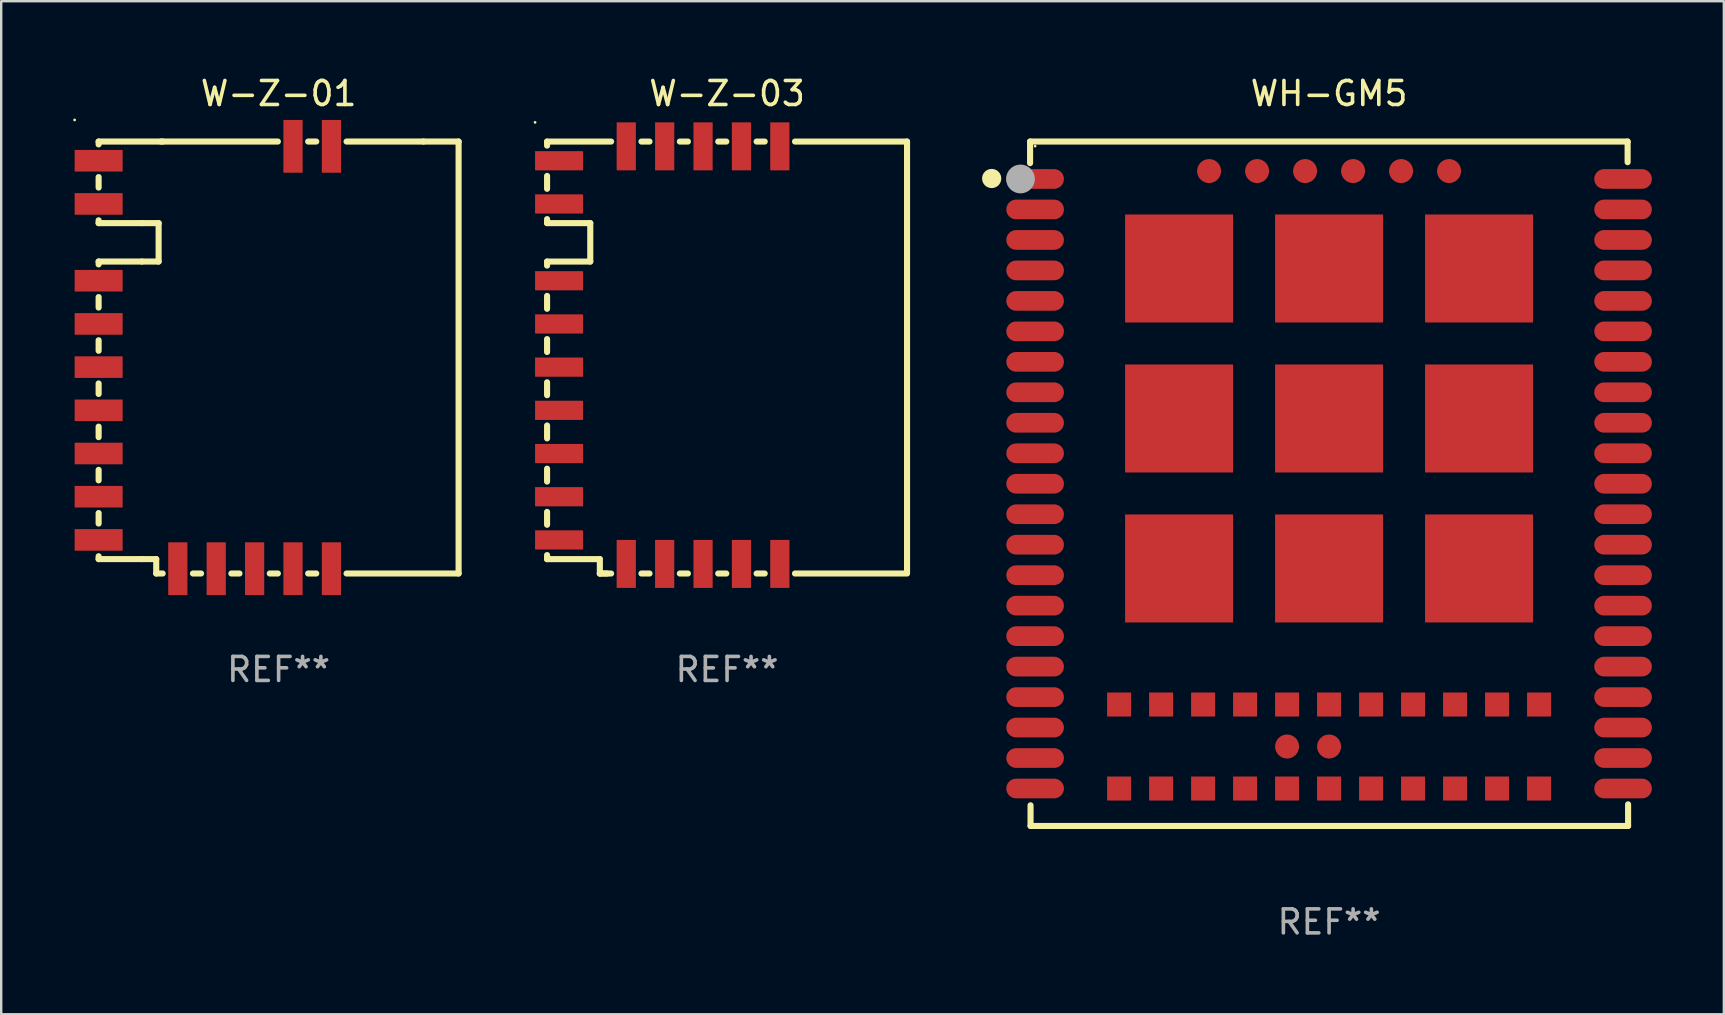
<source format=kicad_pcb>
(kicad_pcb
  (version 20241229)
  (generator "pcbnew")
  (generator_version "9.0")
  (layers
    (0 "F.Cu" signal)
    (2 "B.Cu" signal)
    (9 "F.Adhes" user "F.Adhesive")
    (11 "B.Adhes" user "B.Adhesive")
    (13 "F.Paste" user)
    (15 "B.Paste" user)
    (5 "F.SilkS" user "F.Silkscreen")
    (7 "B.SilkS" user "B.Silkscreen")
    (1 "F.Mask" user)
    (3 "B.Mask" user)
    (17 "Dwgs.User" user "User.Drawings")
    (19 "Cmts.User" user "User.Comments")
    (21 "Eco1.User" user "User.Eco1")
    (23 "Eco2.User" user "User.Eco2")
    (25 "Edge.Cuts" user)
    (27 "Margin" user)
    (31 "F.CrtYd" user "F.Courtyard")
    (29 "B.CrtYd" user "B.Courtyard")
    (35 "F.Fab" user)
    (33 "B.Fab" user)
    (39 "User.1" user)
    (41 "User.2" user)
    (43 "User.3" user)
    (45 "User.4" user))
  (footprint "WH-GM5"
    (layer "F.Cu")
    (at 52.334 17.108)
    (property "Reference" "WH-GM5" (at 0 -16.26 0) (layer "F.SilkS") (effects (font (size 1 1) (thickness 0.15))))
    (attr through_hole)
    (fp_line (start -12.46 -14.26) (end 12.44 -14.26) (stroke (width 0.254) (type solid)) (layer "F.SilkS"))
    (fp_line (start -12.46 -13.36) (end -12.46 -14.26) (stroke (width 0.254) (type solid)) (layer "F.SilkS"))
    (fp_line (start -12.44 14.26) (end -12.44 13.4) (stroke (width 0.254) (type solid)) (layer "F.SilkS"))
    (fp_line (start 12.44 -14.26) (end 12.44 -13.4) (stroke (width 0.254) (type solid)) (layer "F.SilkS"))
    (fp_line (start 12.46 13.36) (end 12.46 14.26) (stroke (width 0.254) (type solid)) (layer "F.SilkS"))
    (fp_line (start 12.46 14.26) (end -12.44 14.26) (stroke (width 0.254) (type solid)) (layer "F.SilkS"))
    (fp_circle (center -14.06 -12.72) (end -13.86 -12.72) (stroke (width 0.4) (type solid)) (fill no) (layer "F.SilkS"))
    (fp_circle (center -12.25 -14.07) (end -12.22 -14.07) (stroke (width 0.06) (type solid)) (fill no) (layer "F.SilkS"))
    (fp_circle (center -12.86 -12.7) (end -12.56 -12.7) (stroke (width 0.6) (type solid)) (fill no) (layer "F.Fab"))
    (fp_text user "REF**" (at 0 18.26 0) (layer "F.Fab") (effects (font (size 1 1) (thickness 0.15))))
    (pad "1" smd oval (at -12.25 -12.7) (size 2.4 0.82) (layers "F.Cu" "F.Mask" "F.Paste"))
    (pad "2" smd oval (at -12.25 -11.43) (size 2.4 0.82) (layers "F.Cu" "F.Mask" "F.Paste"))
    (pad "3" smd oval (at -12.25 -10.16) (size 2.4 0.82) (layers "F.Cu" "F.Mask" "F.Paste"))
    (pad "4" smd oval (at -12.25 -8.89) (size 2.4 0.82) (layers "F.Cu" "F.Mask" "F.Paste"))
    (pad "5" smd oval (at -12.25 -7.62) (size 2.4 0.82) (layers "F.Cu" "F.Mask" "F.Paste"))
    (pad "6" smd oval (at -12.25 -6.35) (size 2.4 0.82) (layers "F.Cu" "F.Mask" "F.Paste"))
    (pad "7" smd oval (at -12.25 -5.08) (size 2.4 0.82) (layers "F.Cu" "F.Mask" "F.Paste"))
    (pad "8" smd oval (at -12.25 -3.81) (size 2.4 0.82) (layers "F.Cu" "F.Mask" "F.Paste"))
    (pad "9" smd oval (at -12.25 -2.54) (size 2.4 0.82) (layers "F.Cu" "F.Mask" "F.Paste"))
    (pad "10" smd oval (at -12.25 -1.27) (size 2.4 0.82) (layers "F.Cu" "F.Mask" "F.Paste"))
    (pad "11" smd oval (at -12.25 0) (size 2.4 0.82) (layers "F.Cu" "F.Mask" "F.Paste"))
    (pad "12" smd oval (at -12.25 1.27) (size 2.4 0.82) (layers "F.Cu" "F.Mask" "F.Paste"))
    (pad "13" smd oval (at -12.25 2.54) (size 2.4 0.82) (layers "F.Cu" "F.Mask" "F.Paste"))
    (pad "14" smd oval (at -12.25 3.81) (size 2.4 0.82) (layers "F.Cu" "F.Mask" "F.Paste"))
    (pad "15" smd oval (at -12.25 5.08) (size 2.4 0.82) (layers "F.Cu" "F.Mask" "F.Paste"))
    (pad "16" smd oval (at -12.25 6.35) (size 2.4 0.82) (layers "F.Cu" "F.Mask" "F.Paste"))
    (pad "17" smd oval (at -12.25 7.62) (size 2.4 0.82) (layers "F.Cu" "F.Mask" "F.Paste"))
    (pad "18" smd oval (at -12.25 8.89) (size 2.4 0.82) (layers "F.Cu" "F.Mask" "F.Paste"))
    (pad "19" smd oval (at -12.25 10.16) (size 2.4 0.82) (layers "F.Cu" "F.Mask" "F.Paste"))
    (pad "20" smd oval (at -12.25 11.43) (size 2.4 0.82) (layers "F.Cu" "F.Mask" "F.Paste"))
    (pad "21" smd oval (at -12.25 12.7) (size 2.4 0.82) (layers "F.Cu" "F.Mask" "F.Paste"))
    (pad "22" smd oval (at 12.25 12.7) (size 2.4 0.82) (layers "F.Cu" "F.Mask" "F.Paste"))
    (pad "23" smd oval (at 12.25 11.43) (size 2.4 0.82) (layers "F.Cu" "F.Mask" "F.Paste"))
    (pad "24" smd oval (at 12.25 10.16) (size 2.4 0.82) (layers "F.Cu" "F.Mask" "F.Paste"))
    (pad "25" smd oval (at 12.25 8.89) (size 2.4 0.82) (layers "F.Cu" "F.Mask" "F.Paste"))
    (pad "26" smd oval (at 12.25 7.62) (size 2.4 0.82) (layers "F.Cu" "F.Mask" "F.Paste"))
    (pad "27" smd oval (at 12.25 6.35) (size 2.4 0.82) (layers "F.Cu" "F.Mask" "F.Paste"))
    (pad "28" smd oval (at 12.25 5.08) (size 2.4 0.82) (layers "F.Cu" "F.Mask" "F.Paste"))
    (pad "29" smd oval (at 12.25 3.81) (size 2.4 0.82) (layers "F.Cu" "F.Mask" "F.Paste"))
    (pad "30" smd oval (at 12.25 2.54) (size 2.4 0.82) (layers "F.Cu" "F.Mask" "F.Paste"))
    (pad "31" smd oval (at 12.25 1.27) (size 2.4 0.82) (layers "F.Cu" "F.Mask" "F.Paste"))
    (pad "32" smd oval (at 12.25 0) (size 2.4 0.82) (layers "F.Cu" "F.Mask" "F.Paste"))
    (pad "33" smd oval (at 12.25 -1.27) (size 2.4 0.82) (layers "F.Cu" "F.Mask" "F.Paste"))
    (pad "34" smd oval (at 12.25 -2.54) (size 2.4 0.82) (layers "F.Cu" "F.Mask" "F.Paste"))
    (pad "35" smd oval (at 12.25 -3.81) (size 2.4 0.82) (layers "F.Cu" "F.Mask" "F.Paste"))
    (pad "36" smd oval (at 12.25 -5.08) (size 2.4 0.82) (layers "F.Cu" "F.Mask" "F.Paste"))
    (pad "37" smd oval (at 12.25 -6.35) (size 2.4 0.82) (layers "F.Cu" "F.Mask" "F.Paste"))
    (pad "38" smd oval (at 12.25 -7.62) (size 2.4 0.82) (layers "F.Cu" "F.Mask" "F.Paste"))
    (pad "39" smd oval (at 12.25 -8.89) (size 2.4 0.82) (layers "F.Cu" "F.Mask" "F.Paste"))
    (pad "40" smd oval (at 12.25 -10.16) (size 2.4 0.82) (layers "F.Cu" "F.Mask" "F.Paste"))
    (pad "41" smd oval (at 12.25 -11.43) (size 2.4 0.82) (layers "F.Cu" "F.Mask" "F.Paste"))
    (pad "42" smd oval (at 12.25 -12.7) (size 2.4 0.82) (layers "F.Cu" "F.Mask" "F.Paste"))
    (pad "43" smd rect (at -8.75 12.7) (size 1 1) (layers "F.Cu" "F.Mask" "F.Paste"))
    (pad "44" smd rect (at -7 12.7) (size 1 1) (layers "F.Cu" "F.Mask" "F.Paste"))
    (pad "45" smd rect (at -5.25 12.7) (size 1 1) (layers "F.Cu" "F.Mask" "F.Paste"))
    (pad "46" smd rect (at -3.5 12.7) (size 1 1) (layers "F.Cu" "F.Mask" "F.Paste"))
    (pad "47" smd rect (at -1.75 12.7) (size 1 1) (layers "F.Cu" "F.Mask" "F.Paste"))
    (pad "48" smd rect (at 0 12.7) (size 1 1) (layers "F.Cu" "F.Mask" "F.Paste"))
    (pad "49" smd rect (at 1.75 12.7) (size 1 1) (layers "F.Cu" "F.Mask" "F.Paste"))
    (pad "50" smd rect (at 3.5 12.7) (size 1 1) (layers "F.Cu" "F.Mask" "F.Paste"))
    (pad "51" smd rect (at 5.25 12.7) (size 1 1) (layers "F.Cu" "F.Mask" "F.Paste"))
    (pad "52" smd rect (at 7 12.7) (size 1 1) (layers "F.Cu" "F.Mask" "F.Paste"))
    (pad "53" smd rect (at 8.75 12.7) (size 1 1) (layers "F.Cu" "F.Mask" "F.Paste"))
    (pad "54" smd rect (at -8.75 9.2) (size 1 1) (layers "F.Cu" "F.Mask" "F.Paste"))
    (pad "55" smd rect (at -6.25 -8.97) (size 4.5 4.5) (layers "F.Cu" "F.Mask" "F.Paste"))
    (pad "56" smd rect (at 0 -8.97) (size 4.5 4.5) (layers "F.Cu" "F.Mask" "F.Paste"))
    (pad "57" smd rect (at 6.25 -8.97) (size 4.5 4.5) (layers "F.Cu" "F.Mask" "F.Paste"))
    (pad "58" smd rect (at 6.25 -2.72) (size 4.5 4.5) (layers "F.Cu" "F.Mask" "F.Paste"))
    (pad "59" smd rect (at 0 -2.72) (size 4.5 4.5) (layers "F.Cu" "F.Mask" "F.Paste"))
    (pad "60" smd rect (at -6.25 -2.72) (size 4.5 4.5) (layers "F.Cu" "F.Mask" "F.Paste"))
    (pad "61" smd rect (at -6.25 3.53) (size 4.5 4.5) (layers "F.Cu" "F.Mask" "F.Paste"))
    (pad "62" smd rect (at 0 3.53) (size 4.5 4.5) (layers "F.Cu" "F.Mask" "F.Paste"))
    (pad "63" smd rect (at 6.25 3.53) (size 4.5 4.5) (layers "F.Cu" "F.Mask" "F.Paste"))
    (pad "64" smd circle (at -1.75 10.95) (size 1 1) (layers "F.Cu" "F.Mask" "F.Paste"))
    (pad "65" smd circle (at 0 10.95) (size 1 1) (layers "F.Cu" "F.Mask" "F.Paste"))
    (pad "66" smd rect (at -7 9.2) (size 1 1) (layers "F.Cu" "F.Mask" "F.Paste"))
    (pad "67" smd rect (at -5.25 9.2) (size 1 1) (layers "F.Cu" "F.Mask" "F.Paste"))
    (pad "68" smd rect (at -3.5 9.2) (size 1 1) (layers "F.Cu" "F.Mask" "F.Paste"))
    (pad "69" smd rect (at -1.75 9.2) (size 1 1) (layers "F.Cu" "F.Mask" "F.Paste"))
    (pad "70" smd rect (at 0 9.2) (size 1 1) (layers "F.Cu" "F.Mask" "F.Paste"))
    (pad "71" smd rect (at 1.75 9.2) (size 1 1) (layers "F.Cu" "F.Mask" "F.Paste"))
    (pad "72" smd rect (at 3.5 9.2) (size 1 1) (layers "F.Cu" "F.Mask" "F.Paste"))
    (pad "73" smd rect (at 5.25 9.2) (size 1 1) (layers "F.Cu" "F.Mask" "F.Paste"))
    (pad "74" smd rect (at 7 9.2) (size 1 1) (layers "F.Cu" "F.Mask" "F.Paste"))
    (pad "75" smd rect (at 8.75 9.2) (size 1 1) (layers "F.Cu" "F.Mask" "F.Paste"))
    (pad "76" smd circle (at -5 -13.03) (size 1 1) (layers "F.Cu" "F.Mask" "F.Paste"))
    (pad "77" smd circle (at -3 -13.03) (size 1 1) (layers "F.Cu" "F.Mask" "F.Paste"))
    (pad "78" smd circle (at -1 -13.03) (size 1 1) (layers "F.Cu" "F.Mask" "F.Paste"))
    (pad "79" smd circle (at 1 -13.03) (size 1 1) (layers "F.Cu" "F.Mask" "F.Paste"))
    (pad "80" smd circle (at 3 -13.03) (size 1 1) (layers "F.Cu" "F.Mask" "F.Paste"))
    (pad "81" smd circle (at 5 -13.03) (size 1 1) (layers "F.Cu" "F.Mask" "F.Paste")))
  (footprint "W-Z-03"
    (layer "F.Cu")
    (at 27.247 11.849)
    (property "Reference" "W-Z-03" (at 0 -11 0) (layer "F.SilkS") (effects (font (size 1 1) (thickness 0.15))))
    (attr through_hole)
    (fp_line (start -7.5 -8.831) (end -7.5 -9) (stroke (width 0.254) (type solid)) (layer "F.SilkS"))
    (fp_line (start -7.5 -7.031) (end -7.5 -7.569) (stroke (width 0.254) (type solid)) (layer "F.SilkS"))
    (fp_line (start -7.5 -5.601) (end -7.5 -5.769) (stroke (width 0.254) (type solid)) (layer "F.SilkS"))
    (fp_line (start -7.5 -5.601) (end -5.7 -5.601) (stroke (width 0.254) (type solid)) (layer "F.SilkS"))
    (fp_line (start -7.5 -2.031) (end -7.5 -2.569) (stroke (width 0.254) (type solid)) (layer "F.SilkS"))
    (fp_line (start -7.5 -0.231) (end -7.5 -0.769) (stroke (width 0.254) (type solid)) (layer "F.SilkS"))
    (fp_line (start -7.5 1.569) (end -7.5 1.031) (stroke (width 0.254) (type solid)) (layer "F.SilkS"))
    (fp_line (start -7.5 3.369) (end -7.5 2.831) (stroke (width 0.254) (type solid)) (layer "F.SilkS"))
    (fp_line (start -7.5 5.169) (end -7.5 4.631) (stroke (width 0.254) (type solid)) (layer "F.SilkS"))
    (fp_line (start -7.5 6.969) (end -7.5 6.431) (stroke (width 0.254) (type solid)) (layer "F.SilkS"))
    (fp_line (start -7.5 8.401) (end -7.5 8.231) (stroke (width 0.254) (type solid)) (layer "F.SilkS"))
    (fp_line (start -7.5 8.401) (end -5.301 8.401) (stroke (width 0.254) (type solid)) (layer "F.SilkS"))
    (fp_line (start -7.5 -4) (end -7.5 -3.831) (stroke (width 0.254) (type solid)) (layer "F.SilkS"))
    (fp_line (start -7.5 -9) (end -4.831 -9) (stroke (width 0.254) (type solid)) (layer "F.SilkS"))
    (fp_line (start -5.7 -5.601) (end -5.7 -4) (stroke (width 0.254) (type solid)) (layer "F.SilkS"))
    (fp_line (start -5.7 -4) (end -7.5 -4) (stroke (width 0.254) (type solid)) (layer "F.SilkS"))
    (fp_line (start -5.301 8.401) (end -5.301 9) (stroke (width 0.254) (type solid)) (layer "F.SilkS"))
    (fp_line (start -5.301 9) (end -4.999 9) (stroke (width 0.254) (type solid)) (layer "F.SilkS"))
    (fp_line (start -4.831 9) (end -5.301 9) (stroke (width 0.254) (type solid)) (layer "F.SilkS"))
    (fp_line (start -3.568 -9) (end -3.231 -9) (stroke (width 0.254) (type solid)) (layer "F.SilkS"))
    (fp_line (start -3.231 9) (end -3.568 9) (stroke (width 0.254) (type solid)) (layer "F.SilkS"))
    (fp_line (start -1.968 -9) (end -1.631 -9) (stroke (width 0.254) (type solid)) (layer "F.SilkS"))
    (fp_line (start -1.631 9) (end -1.969 9) (stroke (width 0.254) (type solid)) (layer "F.SilkS"))
    (fp_line (start -0.368 -9) (end -0.031 -9) (stroke (width 0.254) (type solid)) (layer "F.SilkS"))
    (fp_line (start -0.031 9) (end -0.369 9) (stroke (width 0.254) (type solid)) (layer "F.SilkS"))
    (fp_line (start 1.232 -9) (end 1.569 -9) (stroke (width 0.254) (type solid)) (layer "F.SilkS"))
    (fp_line (start 1.569 9) (end 1.231 9) (stroke (width 0.254) (type solid)) (layer "F.SilkS"))
    (fp_line (start 2.832 -9) (end 7.5 -9) (stroke (width 0.254) (type solid)) (layer "F.SilkS"))
    (fp_line (start 7.403 9) (end 2.831 9) (stroke (width 0.254) (type solid)) (layer "F.SilkS"))
    (fp_line (start 7.5 -9) (end 7.5 9) (stroke (width 0.254) (type solid)) (layer "F.SilkS"))
    (fp_circle (center -8 -9.8) (end -7.97 -9.8) (stroke (width 0.06) (type solid)) (fill no) (layer "F.SilkS"))
    (fp_text user "REF**" (at 0 13 0) (layer "F.Fab") (effects (font (size 1 1) (thickness 0.15))))
    (pad "1" smd rect (at -7 -8.2) (size 2 0.8) (layers "F.Cu" "F.Mask" "F.Paste"))
    (pad "2" smd rect (at -7 -6.4) (size 2 0.8) (layers "F.Cu" "F.Mask" "F.Paste"))
    (pad "3" smd rect (at -7 -3.2) (size 2 0.8) (layers "F.Cu" "F.Mask" "F.Paste"))
    (pad "4" smd rect (at -7 -1.4) (size 2 0.8) (layers "F.Cu" "F.Mask" "F.Paste"))
    (pad "5" smd rect (at -7 0.4) (size 2 0.8) (layers "F.Cu" "F.Mask" "F.Paste"))
    (pad "6" smd rect (at -7 2.2) (size 2 0.8) (layers "F.Cu" "F.Mask" "F.Paste"))
    (pad "7" smd rect (at -7 4) (size 2 0.8) (layers "F.Cu" "F.Mask" "F.Paste"))
    (pad "8" smd rect (at -7 5.8) (size 2 0.8) (layers "F.Cu" "F.Mask" "F.Paste"))
    (pad "9" smd rect (at -7 7.6) (size 2 0.8) (layers "F.Cu" "F.Mask" "F.Paste"))
    (pad "10" smd rect (at -4.2 8.6 90) (size 2 0.8) (layers "F.Cu" "F.Mask" "F.Paste"))
    (pad "11" smd rect (at -2.6 8.6 90) (size 2 0.8) (layers "F.Cu" "F.Mask" "F.Paste"))
    (pad "12" smd rect (at -1 8.6 90) (size 2 0.8) (layers "F.Cu" "F.Mask" "F.Paste"))
    (pad "13" smd rect (at 0.6 8.6 90) (size 2 0.8) (layers "F.Cu" "F.Mask" "F.Paste"))
    (pad "14" smd rect (at 2.2 8.6 90) (size 2 0.8) (layers "F.Cu" "F.Mask" "F.Paste"))
    (pad "15" smd rect (at 2.2 -8.8 90) (size 2 0.8) (layers "F.Cu" "F.Mask" "F.Paste"))
    (pad "16" smd rect (at 0.6 -8.8 90) (size 2 0.8) (layers "F.Cu" "F.Mask" "F.Paste"))
    (pad "17" smd rect (at -1 -8.8 90) (size 2 0.8) (layers "F.Cu" "F.Mask" "F.Paste"))
    (pad "18" smd rect (at -2.599 -8.8 90) (size 2 0.8) (layers "F.Cu" "F.Mask" "F.Paste"))
    (pad "19" smd rect (at -4.2 -8.8 90) (size 2 0.8) (layers "F.Cu" "F.Mask" "F.Paste")))
  (footprint "W-Z-01"
    (layer "F.Cu")
    (at 8.56 11.848)
    (property "Reference" "W-Z-01" (at 0 -11 0) (layer "F.SilkS") (effects (font (size 1 1) (thickness 0.15))))
    (attr through_hole)
    (fp_line (start -7.5 -9) (end -7.5 -8.881) (stroke (width 0.254) (type solid)) (layer "F.SilkS"))
    (fp_line (start -7.5 -7.519) (end -7.5 -7.081) (stroke (width 0.254) (type solid)) (layer "F.SilkS"))
    (fp_line (start -7.5 -5.719) (end -7.5 -5.6) (stroke (width 0.254) (type solid)) (layer "F.SilkS"))
    (fp_line (start -7.5 -5.6) (end -5.7 -5.6) (stroke (width 0.254) (type solid)) (layer "F.SilkS"))
    (fp_line (start -7.5 -4) (end -7.5 -3.881) (stroke (width 0.254) (type solid)) (layer "F.SilkS"))
    (fp_line (start -7.5 -2.519) (end -7.5 -2.081) (stroke (width 0.254) (type solid)) (layer "F.SilkS"))
    (fp_line (start -7.5 -0.719) (end -7.5 -0.281) (stroke (width 0.254) (type solid)) (layer "F.SilkS"))
    (fp_line (start -7.5 1.081) (end -7.5 1.519) (stroke (width 0.254) (type solid)) (layer "F.SilkS"))
    (fp_line (start -7.5 2.881) (end -7.5 3.319) (stroke (width 0.254) (type solid)) (layer "F.SilkS"))
    (fp_line (start -7.5 4.681) (end -7.5 5.119) (stroke (width 0.254) (type solid)) (layer "F.SilkS"))
    (fp_line (start -7.5 6.481) (end -7.5 6.919) (stroke (width 0.254) (type solid)) (layer "F.SilkS"))
    (fp_line (start -7.5 8.281) (end -7.5 8.4) (stroke (width 0.254) (type solid)) (layer "F.SilkS"))
    (fp_line (start -7.5 8.4) (end -5.7 8.4) (stroke (width 0.254) (type solid)) (layer "F.SilkS"))
    (fp_line (start -5.7 -5.6) (end -5 -5.6) (stroke (width 0.254) (type solid)) (layer "F.SilkS"))
    (fp_line (start -5.7 -4) (end -7.5 -4) (stroke (width 0.254) (type solid)) (layer "F.SilkS"))
    (fp_line (start -5.7 -4) (end -5 -4) (stroke (width 0.254) (type solid)) (layer "F.SilkS"))
    (fp_line (start -5.7 8.4) (end -5.1 8.4) (stroke (width 0.254) (type solid)) (layer "F.SilkS"))
    (fp_line (start -5.1 8.4) (end -5.1 9) (stroke (width 0.254) (type solid)) (layer "F.SilkS"))
    (fp_line (start -5.1 9) (end -4.831 9) (stroke (width 0.254) (type solid)) (layer "F.SilkS"))
    (fp_line (start -5 -5.6) (end -5 -4) (stroke (width 0.254) (type solid)) (layer "F.SilkS"))
    (fp_line (start -4.831 -9) (end -7.5 -9) (stroke (width 0.254) (type solid)) (layer "F.SilkS"))
    (fp_line (start -3.569 9) (end -3.231 9) (stroke (width 0.254) (type solid)) (layer "F.SilkS"))
    (fp_line (start -1.969 9) (end -1.631 9) (stroke (width 0.254) (type solid)) (layer "F.SilkS"))
    (fp_line (start -0.369 9) (end -0.031 9) (stroke (width 0.254) (type solid)) (layer "F.SilkS"))
    (fp_line (start -0.031 -9) (end -4.905 -9) (stroke (width 0.254) (type solid)) (layer "F.SilkS"))
    (fp_line (start 1.231 9) (end 1.569 9) (stroke (width 0.254) (type solid)) (layer "F.SilkS"))
    (fp_line (start 1.569 -9) (end 1.231 -9) (stroke (width 0.254) (type solid)) (layer "F.SilkS"))
    (fp_line (start 6.031 -9) (end 2.831 -9) (stroke (width 0.254) (type solid)) (layer "F.SilkS"))
    (fp_line (start 7.5 -9) (end 6.031 -9) (stroke (width 0.254) (type solid)) (layer "F.SilkS"))
    (fp_line (start 7.5 -9) (end 7.5 9) (stroke (width 0.254) (type solid)) (layer "F.SilkS"))
    (fp_line (start 7.5 9) (end 2.831 9) (stroke (width 0.254) (type solid)) (layer "F.SilkS"))
    (fp_circle (center -8.5 -9.9) (end -8.47 -9.9) (stroke (width 0.06) (type solid)) (fill no) (layer "F.SilkS"))
    (fp_text user "REF**" (at 0 13 0) (layer "F.Fab") (effects (font (size 1 1) (thickness 0.15))))
    (pad "1" smd rect (at -7.5 -8.2 90) (size 0.9 2) (layers "F.Cu" "F.Mask" "F.Paste"))
    (pad "2" smd rect (at -7.5 -6.4 90) (size 0.9 2) (layers "F.Cu" "F.Mask" "F.Paste"))
    (pad "3" smd rect (at -7.5 -3.2 90) (size 0.9 2) (layers "F.Cu" "F.Mask" "F.Paste"))
    (pad "4" smd rect (at -7.5 -1.4 90) (size 0.9 2) (layers "F.Cu" "F.Mask" "F.Paste"))
    (pad "5" smd rect (at -7.5 0.4 90) (size 0.9 2) (layers "F.Cu" "F.Mask" "F.Paste"))
    (pad "6" smd rect (at -7.5 2.2 90) (size 0.9 2) (layers "F.Cu" "F.Mask" "F.Paste"))
    (pad "7" smd rect (at -7.5 4 90) (size 0.9 2) (layers "F.Cu" "F.Mask" "F.Paste"))
    (pad "8" smd rect (at -7.5 5.8 90) (size 0.9 2) (layers "F.Cu" "F.Mask" "F.Paste"))
    (pad "9" smd rect (at -7.5 7.6 90) (size 0.9 2) (layers "F.Cu" "F.Mask" "F.Paste"))
    (pad "10" smd rect (at -4.2 8.8 180) (size 0.8 2.2) (layers "F.Cu" "F.Mask" "F.Paste"))
    (pad "11" smd rect (at -2.6 8.8 180) (size 0.8 2.2) (layers "F.Cu" "F.Mask" "F.Paste"))
    (pad "12" smd rect (at -1 8.8 180) (size 0.8 2.2) (layers "F.Cu" "F.Mask" "F.Paste"))
    (pad "13" smd rect (at 0.6 8.8 180) (size 0.8 2.2) (layers "F.Cu" "F.Mask" "F.Paste"))
    (pad "14" smd rect (at 2.2 8.8 180) (size 0.8 2.2) (layers "F.Cu" "F.Mask" "F.Paste"))
    (pad "15" smd rect (at 2.2 -8.8 180) (size 0.8 2.2) (layers "F.Cu" "F.Mask" "F.Paste"))
    (pad "16" smd rect (at 0.6 -8.8 180) (size 0.8 2.2) (layers "F.Cu" "F.Mask" "F.Paste")))
  (gr_rect
    (start -3 -3)
    (end 68.784 39.216)
    (stroke (width 0.1) (type default))
    (fill no)
    (layer "Edge.Cuts")))
</source>
